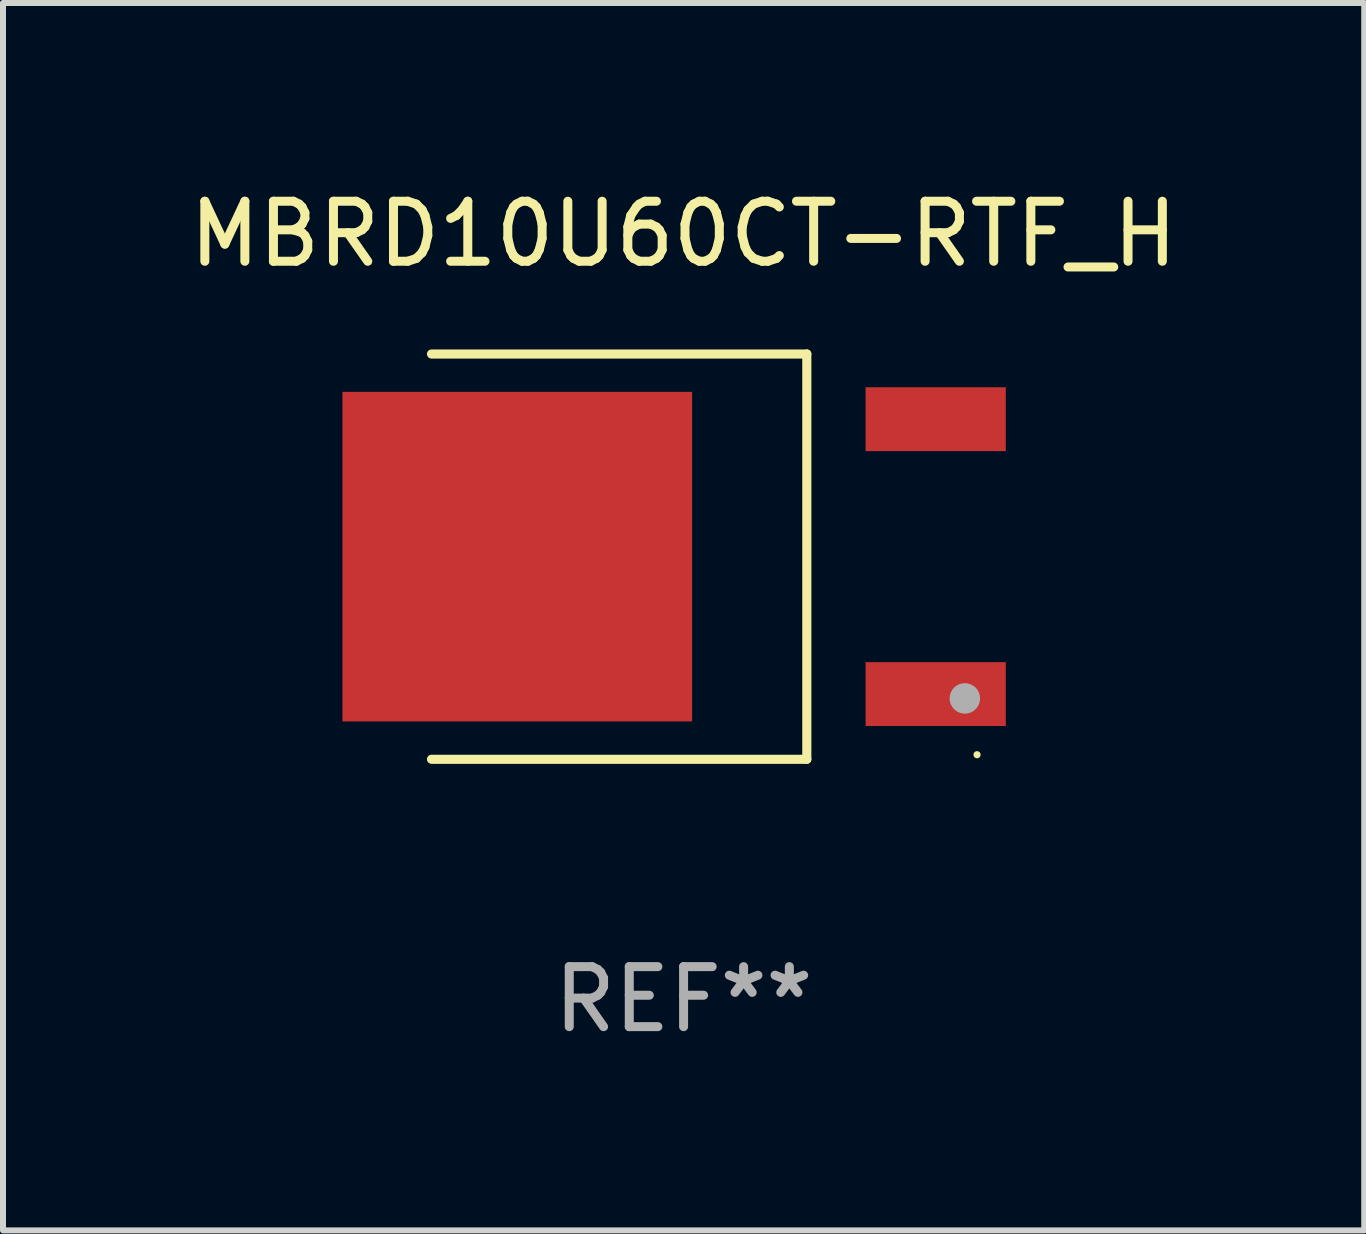
<source format=kicad_pcb>
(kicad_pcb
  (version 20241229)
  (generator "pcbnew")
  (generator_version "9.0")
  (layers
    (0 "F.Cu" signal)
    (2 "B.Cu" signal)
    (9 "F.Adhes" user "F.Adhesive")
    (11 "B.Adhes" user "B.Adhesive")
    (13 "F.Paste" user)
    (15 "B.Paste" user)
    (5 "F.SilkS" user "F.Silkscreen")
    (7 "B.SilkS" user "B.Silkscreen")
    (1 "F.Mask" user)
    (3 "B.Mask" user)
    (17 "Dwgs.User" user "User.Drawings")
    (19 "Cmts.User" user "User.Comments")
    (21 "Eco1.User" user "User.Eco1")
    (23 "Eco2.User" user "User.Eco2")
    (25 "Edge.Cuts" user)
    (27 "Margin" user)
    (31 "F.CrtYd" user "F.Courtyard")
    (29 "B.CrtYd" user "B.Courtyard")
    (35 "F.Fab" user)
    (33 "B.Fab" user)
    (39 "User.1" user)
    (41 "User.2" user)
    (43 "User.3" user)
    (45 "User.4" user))
  (footprint "MBRD10U60CT-RTF_H"
    (layer "F.Cu")
    (at 8.339 6.224)
    (property "Reference" "MBRD10U60CT-RTF_H" (at 0 -5.376 0) (layer "F.SilkS") (effects (font (size 1 1) (thickness 0.15))))
    (attr through_hole)
    (fp_line (start -4.2 -3.376) (end 2.053 -3.376) (stroke (width 0.152) (type solid)) (layer "F.SilkS"))
    (fp_line (start -4.2 3.376) (end 2.053 3.376) (stroke (width 0.152) (type solid)) (layer "F.SilkS"))
    (fp_line (start 2.053 3.376) (end 2.053 -3.376) (stroke (width 0.152) (type solid)) (layer "F.SilkS"))
    (fp_circle (center 4.889 3.3) (end 4.919 3.3) (stroke (width 0.06) (type solid)) (fill no) (layer "F.SilkS"))
    (fp_circle (center 4.686 2.362) (end 4.813 2.362) (stroke (width 0.254) (type solid)) (fill no) (layer "F.Fab"))
    (fp_text user "REF**" (at 0 7.376 0) (layer "F.Fab") (effects (font (size 1 1) (thickness 0.15))))
    (pad "1" smd rect (at 4.2 2.29) (size 2.336 1.064) (layers "F.Cu" "F.Mask" "F.Paste"))
    (pad "3" smd rect (at 4.2 -2.29) (size 2.336 1.064) (layers "F.Cu" "F.Mask" "F.Paste"))
    (pad "4" smd rect (at -2.771 0) (size 5.826 5.491) (layers "F.Cu" "F.Mask" "F.Paste")))
  (gr_rect
    (start -3 -3)
    (end 19.679 17.449)
    (stroke (width 0.1) (type default))
    (fill no)
    (layer "Edge.Cuts")))
</source>
